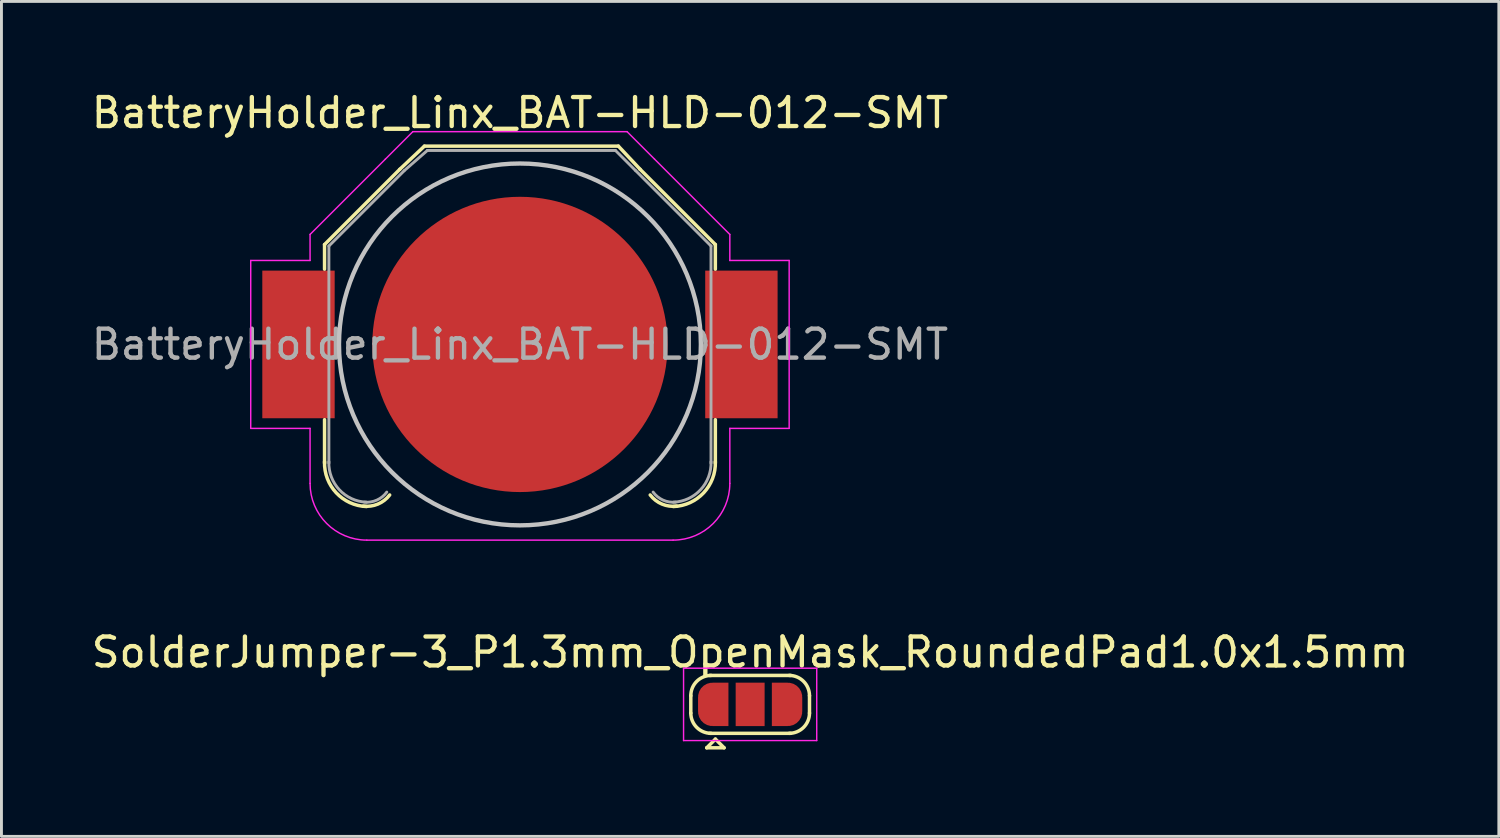
<source format=kicad_pcb>
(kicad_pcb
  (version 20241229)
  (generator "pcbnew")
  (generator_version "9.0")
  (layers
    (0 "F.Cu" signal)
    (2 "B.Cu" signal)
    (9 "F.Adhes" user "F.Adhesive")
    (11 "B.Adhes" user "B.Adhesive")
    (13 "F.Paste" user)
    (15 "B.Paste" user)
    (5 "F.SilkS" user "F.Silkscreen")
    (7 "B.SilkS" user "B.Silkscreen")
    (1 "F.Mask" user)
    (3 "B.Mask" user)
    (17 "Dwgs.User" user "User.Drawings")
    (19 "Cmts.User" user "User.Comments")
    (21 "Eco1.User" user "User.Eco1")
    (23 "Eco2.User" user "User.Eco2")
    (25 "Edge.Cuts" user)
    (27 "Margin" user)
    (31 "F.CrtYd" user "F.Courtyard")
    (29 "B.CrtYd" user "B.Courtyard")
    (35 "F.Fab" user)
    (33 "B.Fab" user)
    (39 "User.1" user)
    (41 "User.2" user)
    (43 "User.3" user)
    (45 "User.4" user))
  (footprint "BatteryHolder_Linx_BAT-HLD-012-SMT"
    (layer "F.Cu")
    (at 14.911 8.848)
    (property "Reference" "BatteryHolder_Linx_BAT-HLD-012-SMT" (at 0 -8 0) (layer "F.SilkS") (effects (font (size 1 1) (thickness 0.15))))
    (attr smd)
    (fp_line (start -6.75 -3.45) (end -4.15 -6.05) (stroke (width 0.12) (type solid)) (layer "F.SilkS"))
    (fp_line (start -6.75 -2.6) (end -6.75 -3.45) (stroke (width 0.12) (type solid)) (layer "F.SilkS"))
    (fp_line (start -6.75 2.6) (end -6.75 4.1) (stroke (width 0.12) (type solid)) (layer "F.SilkS"))
    (fp_line (start -4.15 -6.05) (end -3.3 -6.85) (stroke (width 0.12) (type solid)) (layer "F.SilkS"))
    (fp_line (start -3.3 -6.85) (end 3.4 -6.85) (stroke (width 0.12) (type solid)) (layer "F.SilkS"))
    (fp_line (start 3.4 -6.85) (end 4.15 -6.05) (stroke (width 0.12) (type solid)) (layer "F.SilkS"))
    (fp_line (start 4.15 -6.05) (end 6.75 -3.45) (stroke (width 0.12) (type solid)) (layer "F.SilkS"))
    (fp_line (start 6.75 -3.45) (end 6.75 -2.6) (stroke (width 0.12) (type solid)) (layer "F.SilkS"))
    (fp_line (start 6.75 2.6) (end 6.75 4.1) (stroke (width 0.12) (type solid)) (layer "F.SilkS"))
    (fp_arc (start -5.3 5.6) (mid -6.346016 5.125305) (end -6.75 4.05) (stroke (width 0.12) (type solid)) (layer "F.SilkS"))
    (fp_arc (start -4.5 5.2) (mid -4.90584 5.514615) (end -5.414615 5.58416) (stroke (width 0.12) (type solid)) (layer "F.SilkS"))
    (fp_arc (start 5.414615 5.58416) (mid 4.90584 5.514615) (end 4.5 5.2) (stroke (width 0.12) (type solid)) (layer "F.SilkS"))
    (fp_arc (start 6.75 4.05) (mid 6.346016 5.125305) (end 5.3 5.6) (stroke (width 0.12) (type solid)) (layer "F.SilkS"))
    (fp_circle (center 0 0) (end 0 6.25) (stroke (width 0.15) (type solid)) (fill no) (layer "Dwgs.User"))
    (fp_line (start -9.3 -2.9) (end -9.3 2.9) (stroke (width 0.05) (type solid)) (layer "F.CrtYd"))
    (fp_line (start -9.3 2.9) (end -7.25 2.9) (stroke (width 0.05) (type solid)) (layer "F.CrtYd"))
    (fp_line (start -7.25 -3.8) (end -4.65 -6.4) (stroke (width 0.05) (type solid)) (layer "F.CrtYd"))
    (fp_line (start -7.25 -2.9) (end -9.3 -2.9) (stroke (width 0.05) (type solid)) (layer "F.CrtYd"))
    (fp_line (start -7.25 -2.9) (end -7.25 -3.8) (stroke (width 0.05) (type solid)) (layer "F.CrtYd"))
    (fp_line (start -7.25 2.9) (end -7.25 4.8) (stroke (width 0.05) (type solid)) (layer "F.CrtYd"))
    (fp_line (start -5.29 6.76) (end 5.29 6.76) (stroke (width 0.05) (type solid)) (layer "F.CrtYd"))
    (fp_line (start -4.65 -6.4) (end -3.7 -7.35) (stroke (width 0.05) (type solid)) (layer "F.CrtYd"))
    (fp_line (start -3.7 -7.35) (end 3.7 -7.35) (stroke (width 0.05) (type solid)) (layer "F.CrtYd"))
    (fp_line (start 4.65 -6.4) (end 3.7 -7.35) (stroke (width 0.05) (type solid)) (layer "F.CrtYd"))
    (fp_line (start 7.25 -3.8) (end 4.65 -6.4) (stroke (width 0.05) (type solid)) (layer "F.CrtYd"))
    (fp_line (start 7.25 -2.9) (end 7.25 -3.8) (stroke (width 0.05) (type solid)) (layer "F.CrtYd"))
    (fp_line (start 7.25 -2.9) (end 9.3 -2.9) (stroke (width 0.05) (type solid)) (layer "F.CrtYd"))
    (fp_line (start 7.25 2.9) (end 7.25 4.8) (stroke (width 0.05) (type solid)) (layer "F.CrtYd"))
    (fp_line (start 9.3 -2.9) (end 9.3 2.9) (stroke (width 0.05) (type solid)) (layer "F.CrtYd"))
    (fp_line (start 9.3 2.9) (end 7.25 2.9) (stroke (width 0.05) (type solid)) (layer "F.CrtYd"))
    (fp_arc (start -5.29 6.76) (mid -6.675929 6.185929) (end -7.25 4.8) (stroke (width 0.05) (type solid)) (layer "F.CrtYd"))
    (fp_arc (start 7.25 4.8) (mid 6.675929 6.185929) (end 5.29 6.76) (stroke (width 0.05) (type solid)) (layer "F.CrtYd"))
    (fp_line (start -6.6 -3.4) (end -6.6 4.1) (stroke (width 0.1) (type solid)) (layer "F.Fab"))
    (fp_line (start -4 -6) (end -6.6 -3.4) (stroke (width 0.1) (type solid)) (layer "F.Fab"))
    (fp_line (start -3.2 -6.7) (end -4 -6) (stroke (width 0.1) (type solid)) (layer "F.Fab"))
    (fp_line (start -3.2 -6.7) (end 3.3 -6.7) (stroke (width 0.1) (type solid)) (layer "F.Fab"))
    (fp_line (start 3.3 -6.7) (end 4 -6) (stroke (width 0.1) (type solid)) (layer "F.Fab"))
    (fp_line (start 4 -6) (end 6.6 -3.4) (stroke (width 0.1) (type solid)) (layer "F.Fab"))
    (fp_line (start 6.6 -3.4) (end 6.6 4.1) (stroke (width 0.1) (type solid)) (layer "F.Fab"))
    (fp_arc (start -5.3 5.45) (mid -6.239949 5.019239) (end -6.6 4.05) (stroke (width 0.1) (type solid)) (layer "F.Fab"))
    (fp_arc (start -4.6 5.1) (mid -4.942443 5.378013) (end -5.378013 5.447558) (stroke (width 0.1) (type solid)) (layer "F.Fab"))
    (fp_arc (start 5.378013 5.447558) (mid 4.942442 5.378013) (end 4.6 5.1) (stroke (width 0.1) (type solid)) (layer "F.Fab"))
    (fp_arc (start 6.6 4.05) (mid 6.239949 5.019239) (end 5.3 5.45) (stroke (width 0.1) (type solid)) (layer "F.Fab"))
    (fp_text user "${REFERENCE}" (at 0 0 0) (layer "F.Fab") (effects (font (size 1 1) (thickness 0.15))))
    (pad "1" smd rect (at -7.65 0) (size 2.5 5.1) (layers "F.Cu" "F.Mask" "F.Paste"))
    (pad "1" smd rect (at 7.65 0) (size 2.5 5.1) (layers "F.Cu" "F.Mask" "F.Paste"))
    (pad "2" smd circle (at 0 0) (size 10.2 10.2) (layers "F.Cu" "F.Mask" "F.Paste")))
  (footprint "SolderJumper-3_P1.3mm_OpenMask_RoundedPad1.0x1.5mm"
    (layer "F.Cu")
    (at 22.863 21.282)
    (property "Reference" "SolderJumper-3_P1.3mm_OpenMask_RoundedPad1.0x1.5mm" (at 0 -1.8 0) (layer "F.SilkS") (effects (font (size 1 1) (thickness 0.15))))
    (attr exclude_from_pos_files exclude_from_bom)
    (fp_poly (pts (xy 0.4 -0.8) (xy 0.8 -0.8) (xy 0.8 0.8) (xy 0.4 0.8)) (stroke (width 0.01) (type solid)) (fill yes) (layer "F.Mask"))
    (fp_poly (pts (xy -0.8 -0.8) (xy -0.5 -0.8) (xy -0.4 -0.8) (xy -0.4 0.8) (xy -0.8 0.8)) (stroke (width 0.01) (type solid)) (fill yes) (layer "F.Mask"))
    (fp_line (start -2.05 0.3) (end -2.05 -0.3) (stroke (width 0.12) (type solid)) (layer "F.SilkS"))
    (fp_line (start -1.5 1.5) (end -0.9 1.5) (stroke (width 0.12) (type solid)) (layer "F.SilkS"))
    (fp_line (start -1.4 -1) (end 1.4 -1) (stroke (width 0.12) (type solid)) (layer "F.SilkS"))
    (fp_line (start -1.2 1.2) (end -1.5 1.5) (stroke (width 0.12) (type solid)) (layer "F.SilkS"))
    (fp_line (start -1.2 1.2) (end -0.9 1.5) (stroke (width 0.12) (type solid)) (layer "F.SilkS"))
    (fp_line (start 1.4 1) (end -1.4 1) (stroke (width 0.12) (type solid)) (layer "F.SilkS"))
    (fp_line (start 2.05 -0.3) (end 2.05 0.3) (stroke (width 0.12) (type solid)) (layer "F.SilkS"))
    (fp_arc (start -2.05 -0.3) (mid -1.844975 -0.794975) (end -1.35 -1) (stroke (width 0.12) (type solid)) (layer "F.SilkS"))
    (fp_arc (start -1.35 1) (mid -1.844975 0.794975) (end -2.05 0.3) (stroke (width 0.12) (type solid)) (layer "F.SilkS"))
    (fp_arc (start 1.35 -1) (mid 1.844975 -0.794975) (end 2.05 -0.3) (stroke (width 0.12) (type solid)) (layer "F.SilkS"))
    (fp_arc (start 2.05 0.3) (mid 1.844975 0.794975) (end 1.35 1) (stroke (width 0.12) (type solid)) (layer "F.SilkS"))
    (fp_line (start -2.3 -1.25) (end -2.3 1.25) (stroke (width 0.05) (type solid)) (layer "F.CrtYd"))
    (fp_line (start -2.3 -1.25) (end 2.3 -1.25) (stroke (width 0.05) (type solid)) (layer "F.CrtYd"))
    (fp_line (start 2.3 1.25) (end -2.3 1.25) (stroke (width 0.05) (type solid)) (layer "F.CrtYd"))
    (fp_line (start 2.3 1.25) (end 2.3 -1.25) (stroke (width 0.05) (type solid)) (layer "F.CrtYd"))
    (pad "1" smd custom (at -1.3 0) (size 1 0.5) (layers "F.Cu" "F.Mask") (options (anchor rect)) (primitives (gr_circle (center 0 0.25) (end 0.5 0.25) (width 0) (fill yes)) (gr_circle (center 0 -0.25) (end 0.5 -0.25) (width 0) (fill yes)) (gr_poly (pts (xy 0.55 -0.75) (xy 0 -0.75) (xy 0 0.75) (xy 0.55 0.75)) (width 0) (fill yes))))
    (pad "2" smd rect (at 0 0) (size 1 1.5) (layers "F.Cu" "F.Mask"))
    (pad "3" smd custom (at 1.3 0) (size 1 0.5) (layers "F.Cu" "F.Mask") (options (anchor rect)) (primitives (gr_circle (center 0 0.25) (end 0.5 0.25) (width 0) (fill yes)) (gr_circle (center 0 -0.25) (end 0.5 -0.25) (width 0) (fill yes)) (gr_poly (pts (xy -0.55 -0.75) (xy 0 -0.75) (xy 0 0.75) (xy -0.55 0.75)) (width 0) (fill yes)))))
  (gr_rect
    (start -3 -3)
    (end 48.726 25.841)
    (stroke (width 0.1) (type default))
    (fill no)
    (layer "Edge.Cuts")))
</source>
